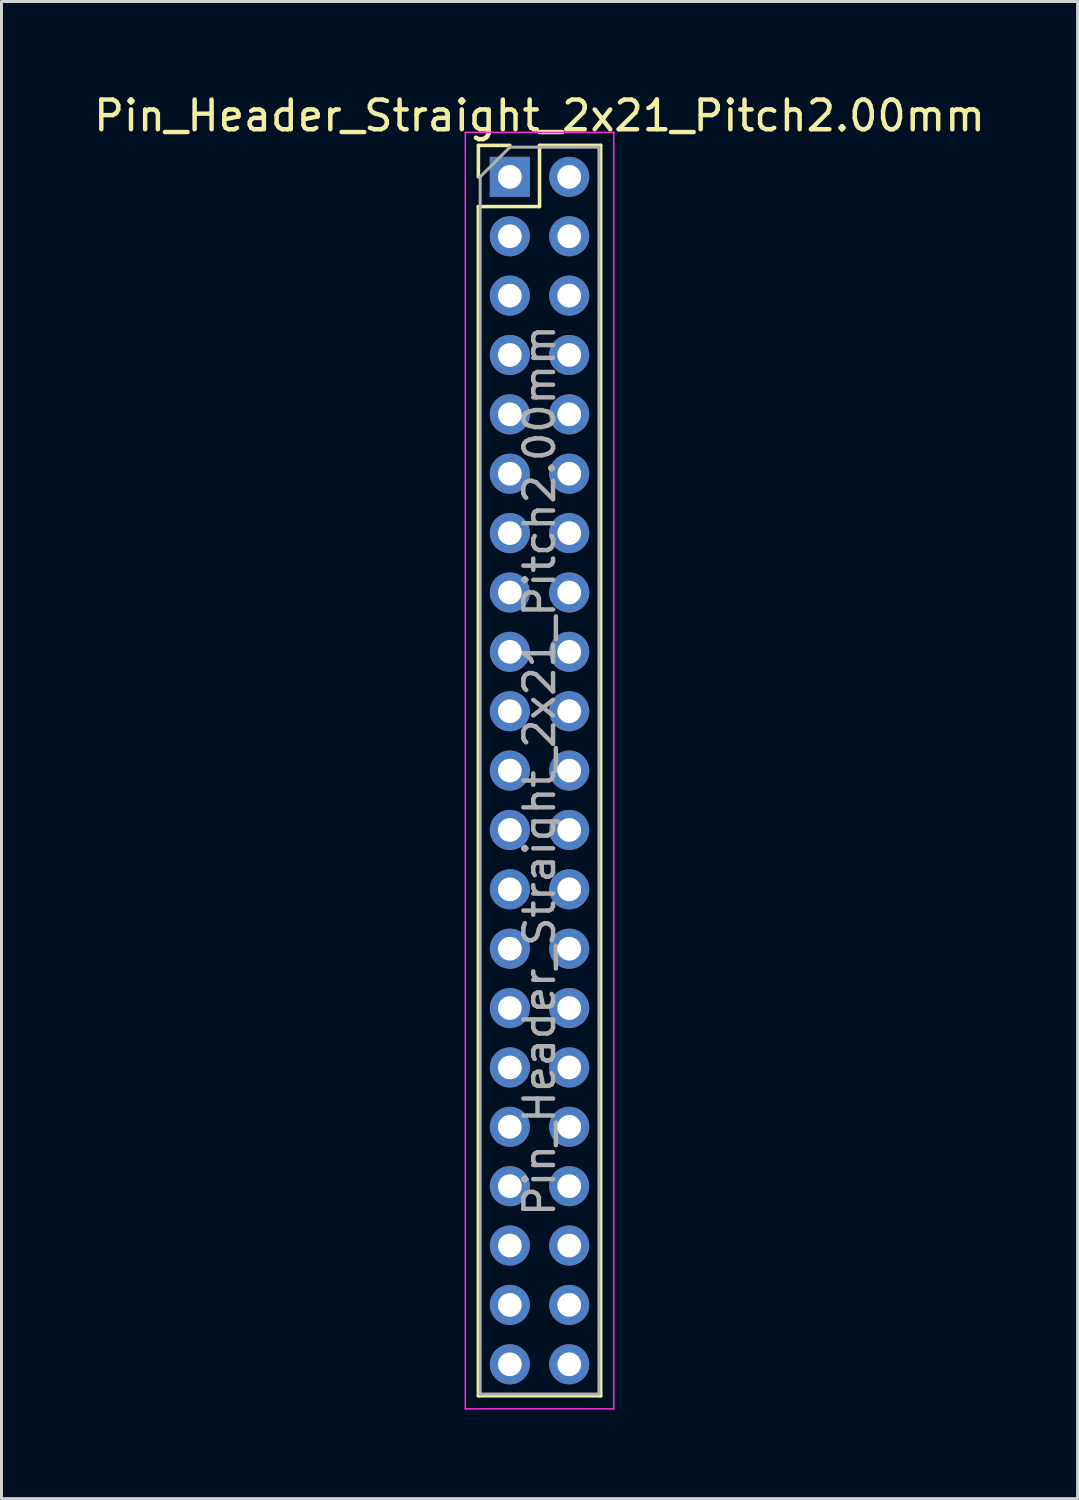
<source format=kicad_pcb>
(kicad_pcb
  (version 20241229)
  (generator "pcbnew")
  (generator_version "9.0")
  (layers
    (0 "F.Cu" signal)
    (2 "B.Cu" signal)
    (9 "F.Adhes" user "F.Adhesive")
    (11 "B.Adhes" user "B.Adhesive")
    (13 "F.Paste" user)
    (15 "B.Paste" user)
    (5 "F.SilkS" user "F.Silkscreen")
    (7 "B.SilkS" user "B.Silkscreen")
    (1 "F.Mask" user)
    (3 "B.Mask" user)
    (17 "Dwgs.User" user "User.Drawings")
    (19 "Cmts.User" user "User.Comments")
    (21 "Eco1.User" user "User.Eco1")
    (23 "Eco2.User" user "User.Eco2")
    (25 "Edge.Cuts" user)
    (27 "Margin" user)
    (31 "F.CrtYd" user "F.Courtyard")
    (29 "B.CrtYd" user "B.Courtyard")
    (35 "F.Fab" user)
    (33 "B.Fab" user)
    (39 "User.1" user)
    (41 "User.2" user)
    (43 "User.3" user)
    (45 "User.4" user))
  (footprint "Pin_Header_Straight_2x21_Pitch2.00mm"
    (layer "F.Cu")
    (at 14.125 2.908)
    (property "Reference" "Pin_Header_Straight_2x21_Pitch2.00mm" (at 1 -2.06 0) (layer "F.SilkS") (effects (font (size 1 1) (thickness 0.15))))
    (attr through_hole)
    (fp_line (start -1.06 -1.06) (end 0 -1.06) (stroke (width 0.12) (type solid)) (layer "F.SilkS"))
    (fp_line (start -1.06 0) (end -1.06 -1.06) (stroke (width 0.12) (type solid)) (layer "F.SilkS"))
    (fp_line (start -1.06 1) (end -1.06 41.06) (stroke (width 0.12) (type solid)) (layer "F.SilkS"))
    (fp_line (start -1.06 1) (end 1 1) (stroke (width 0.12) (type solid)) (layer "F.SilkS"))
    (fp_line (start -1.06 41.06) (end 3.06 41.06) (stroke (width 0.12) (type solid)) (layer "F.SilkS"))
    (fp_line (start 1 -1.06) (end 3.06 -1.06) (stroke (width 0.12) (type solid)) (layer "F.SilkS"))
    (fp_line (start 1 1) (end 1 -1.06) (stroke (width 0.12) (type solid)) (layer "F.SilkS"))
    (fp_line (start 3.06 -1.06) (end 3.06 41.06) (stroke (width 0.12) (type solid)) (layer "F.SilkS"))
    (fp_line (start -1.5 -1.5) (end -1.5 41.5) (stroke (width 0.05) (type solid)) (layer "F.CrtYd"))
    (fp_line (start -1.5 41.5) (end 3.5 41.5) (stroke (width 0.05) (type solid)) (layer "F.CrtYd"))
    (fp_line (start 3.5 -1.5) (end -1.5 -1.5) (stroke (width 0.05) (type solid)) (layer "F.CrtYd"))
    (fp_line (start 3.5 41.5) (end 3.5 -1.5) (stroke (width 0.05) (type solid)) (layer "F.CrtYd"))
    (fp_line (start -1 0) (end 0 -1) (stroke (width 0.1) (type solid)) (layer "F.Fab"))
    (fp_line (start -1 41) (end -1 0) (stroke (width 0.1) (type solid)) (layer "F.Fab"))
    (fp_line (start 0 -1) (end 3 -1) (stroke (width 0.1) (type solid)) (layer "F.Fab"))
    (fp_line (start 3 -1) (end 3 41) (stroke (width 0.1) (type solid)) (layer "F.Fab"))
    (fp_line (start 3 41) (end -1 41) (stroke (width 0.1) (type solid)) (layer "F.Fab"))
    (fp_text user "${REFERENCE}" (at 1 20 90) (layer "F.Fab") (effects (font (size 1 1) (thickness 0.15))))
    (pad "1" thru_hole rect (at 0 0) (size 1.35 1.35) (drill 0.8) (layers "*.Cu" "*.Mask"))
    (pad "2" thru_hole oval (at 2 0) (size 1.35 1.35) (drill 0.8) (layers "*.Cu" "*.Mask"))
    (pad "3" thru_hole oval (at 0 2) (size 1.35 1.35) (drill 0.8) (layers "*.Cu" "*.Mask"))
    (pad "4" thru_hole oval (at 2 2) (size 1.35 1.35) (drill 0.8) (layers "*.Cu" "*.Mask"))
    (pad "5" thru_hole oval (at 0 4) (size 1.35 1.35) (drill 0.8) (layers "*.Cu" "*.Mask"))
    (pad "6" thru_hole oval (at 2 4) (size 1.35 1.35) (drill 0.8) (layers "*.Cu" "*.Mask"))
    (pad "7" thru_hole oval (at 0 6) (size 1.35 1.35) (drill 0.8) (layers "*.Cu" "*.Mask"))
    (pad "8" thru_hole oval (at 2 6) (size 1.35 1.35) (drill 0.8) (layers "*.Cu" "*.Mask"))
    (pad "9" thru_hole oval (at 0 8) (size 1.35 1.35) (drill 0.8) (layers "*.Cu" "*.Mask"))
    (pad "10" thru_hole oval (at 2 8) (size 1.35 1.35) (drill 0.8) (layers "*.Cu" "*.Mask"))
    (pad "11" thru_hole oval (at 0 10) (size 1.35 1.35) (drill 0.8) (layers "*.Cu" "*.Mask"))
    (pad "12" thru_hole oval (at 2 10) (size 1.35 1.35) (drill 0.8) (layers "*.Cu" "*.Mask"))
    (pad "13" thru_hole oval (at 0 12) (size 1.35 1.35) (drill 0.8) (layers "*.Cu" "*.Mask"))
    (pad "14" thru_hole oval (at 2 12) (size 1.35 1.35) (drill 0.8) (layers "*.Cu" "*.Mask"))
    (pad "15" thru_hole oval (at 0 14) (size 1.35 1.35) (drill 0.8) (layers "*.Cu" "*.Mask"))
    (pad "16" thru_hole oval (at 2 14) (size 1.35 1.35) (drill 0.8) (layers "*.Cu" "*.Mask"))
    (pad "17" thru_hole oval (at 0 16) (size 1.35 1.35) (drill 0.8) (layers "*.Cu" "*.Mask"))
    (pad "18" thru_hole oval (at 2 16) (size 1.35 1.35) (drill 0.8) (layers "*.Cu" "*.Mask"))
    (pad "19" thru_hole oval (at 0 18) (size 1.35 1.35) (drill 0.8) (layers "*.Cu" "*.Mask"))
    (pad "20" thru_hole oval (at 2 18) (size 1.35 1.35) (drill 0.8) (layers "*.Cu" "*.Mask"))
    (pad "21" thru_hole oval (at 0 20) (size 1.35 1.35) (drill 0.8) (layers "*.Cu" "*.Mask"))
    (pad "22" thru_hole oval (at 2 20) (size 1.35 1.35) (drill 0.8) (layers "*.Cu" "*.Mask"))
    (pad "23" thru_hole oval (at 0 22) (size 1.35 1.35) (drill 0.8) (layers "*.Cu" "*.Mask"))
    (pad "24" thru_hole oval (at 2 22) (size 1.35 1.35) (drill 0.8) (layers "*.Cu" "*.Mask"))
    (pad "25" thru_hole oval (at 0 24) (size 1.35 1.35) (drill 0.8) (layers "*.Cu" "*.Mask"))
    (pad "26" thru_hole oval (at 2 24) (size 1.35 1.35) (drill 0.8) (layers "*.Cu" "*.Mask"))
    (pad "27" thru_hole oval (at 0 26) (size 1.35 1.35) (drill 0.8) (layers "*.Cu" "*.Mask"))
    (pad "28" thru_hole oval (at 2 26) (size 1.35 1.35) (drill 0.8) (layers "*.Cu" "*.Mask"))
    (pad "29" thru_hole oval (at 0 28) (size 1.35 1.35) (drill 0.8) (layers "*.Cu" "*.Mask"))
    (pad "30" thru_hole oval (at 2 28) (size 1.35 1.35) (drill 0.8) (layers "*.Cu" "*.Mask"))
    (pad "31" thru_hole oval (at 0 30) (size 1.35 1.35) (drill 0.8) (layers "*.Cu" "*.Mask"))
    (pad "32" thru_hole oval (at 2 30) (size 1.35 1.35) (drill 0.8) (layers "*.Cu" "*.Mask"))
    (pad "33" thru_hole oval (at 0 32) (size 1.35 1.35) (drill 0.8) (layers "*.Cu" "*.Mask"))
    (pad "34" thru_hole oval (at 2 32) (size 1.35 1.35) (drill 0.8) (layers "*.Cu" "*.Mask"))
    (pad "35" thru_hole oval (at 0 34) (size 1.35 1.35) (drill 0.8) (layers "*.Cu" "*.Mask"))
    (pad "36" thru_hole oval (at 2 34) (size 1.35 1.35) (drill 0.8) (layers "*.Cu" "*.Mask"))
    (pad "37" thru_hole oval (at 0 36) (size 1.35 1.35) (drill 0.8) (layers "*.Cu" "*.Mask"))
    (pad "38" thru_hole oval (at 2 36) (size 1.35 1.35) (drill 0.8) (layers "*.Cu" "*.Mask"))
    (pad "39" thru_hole oval (at 0 38) (size 1.35 1.35) (drill 0.8) (layers "*.Cu" "*.Mask"))
    (pad "40" thru_hole oval (at 2 38) (size 1.35 1.35) (drill 0.8) (layers "*.Cu" "*.Mask"))
    (pad "41" thru_hole oval (at 0 40) (size 1.35 1.35) (drill 0.8) (layers "*.Cu" "*.Mask"))
    (pad "42" thru_hole oval (at 2 40) (size 1.35 1.35) (drill 0.8) (layers "*.Cu" "*.Mask")))
  (gr_rect
    (start -3 -3)
    (end 33.25 47.433)
    (stroke (width 0.1) (type default))
    (fill no)
    (layer "Edge.Cuts")))
</source>
